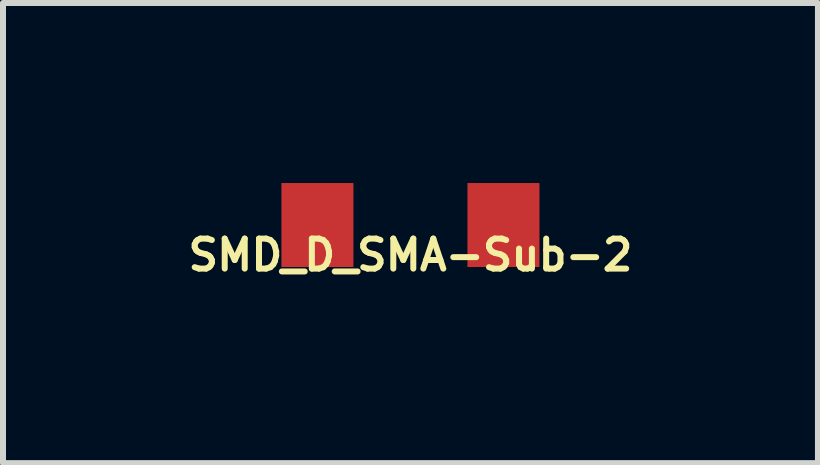
<source format=kicad_pcb>
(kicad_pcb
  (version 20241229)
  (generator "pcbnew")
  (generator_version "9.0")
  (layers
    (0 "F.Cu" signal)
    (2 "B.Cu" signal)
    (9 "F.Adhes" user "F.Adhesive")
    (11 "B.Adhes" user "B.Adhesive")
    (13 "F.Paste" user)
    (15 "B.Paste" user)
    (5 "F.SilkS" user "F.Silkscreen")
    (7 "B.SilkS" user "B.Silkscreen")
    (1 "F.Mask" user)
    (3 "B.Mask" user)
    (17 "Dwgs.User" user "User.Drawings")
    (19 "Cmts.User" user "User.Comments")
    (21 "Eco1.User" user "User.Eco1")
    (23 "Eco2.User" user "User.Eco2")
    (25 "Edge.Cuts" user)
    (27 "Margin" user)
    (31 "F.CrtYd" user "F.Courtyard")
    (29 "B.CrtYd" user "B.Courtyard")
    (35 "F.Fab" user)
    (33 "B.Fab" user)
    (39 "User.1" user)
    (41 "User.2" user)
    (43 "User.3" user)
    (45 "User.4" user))
  (footprint "SMD_D_SMA-Sub-2"
    (layer "F.Cu")
    (at 3.79 0.7)
    (property "Reference" "SMD_D_SMA-Sub-2" (at 0 0.5 0) (layer "F.SilkS") (effects (font (size 0.5 0.5) (thickness 0.1))))
    (attr through_hole)
    (pad "1" smd rect (at -1.55 0) (size 1.2 1.4) (layers "F.Cu" "F.Mask" "F.Paste"))
    (pad "2" smd rect (at 1.55 0) (size 1.2 1.4) (layers "F.Cu" "F.Mask" "F.Paste")))
  (gr_rect
    (start -3 -3)
    (end 10.581 4.668)
    (stroke (width 0.1) (type default))
    (fill no)
    (layer "Edge.Cuts")))
</source>
